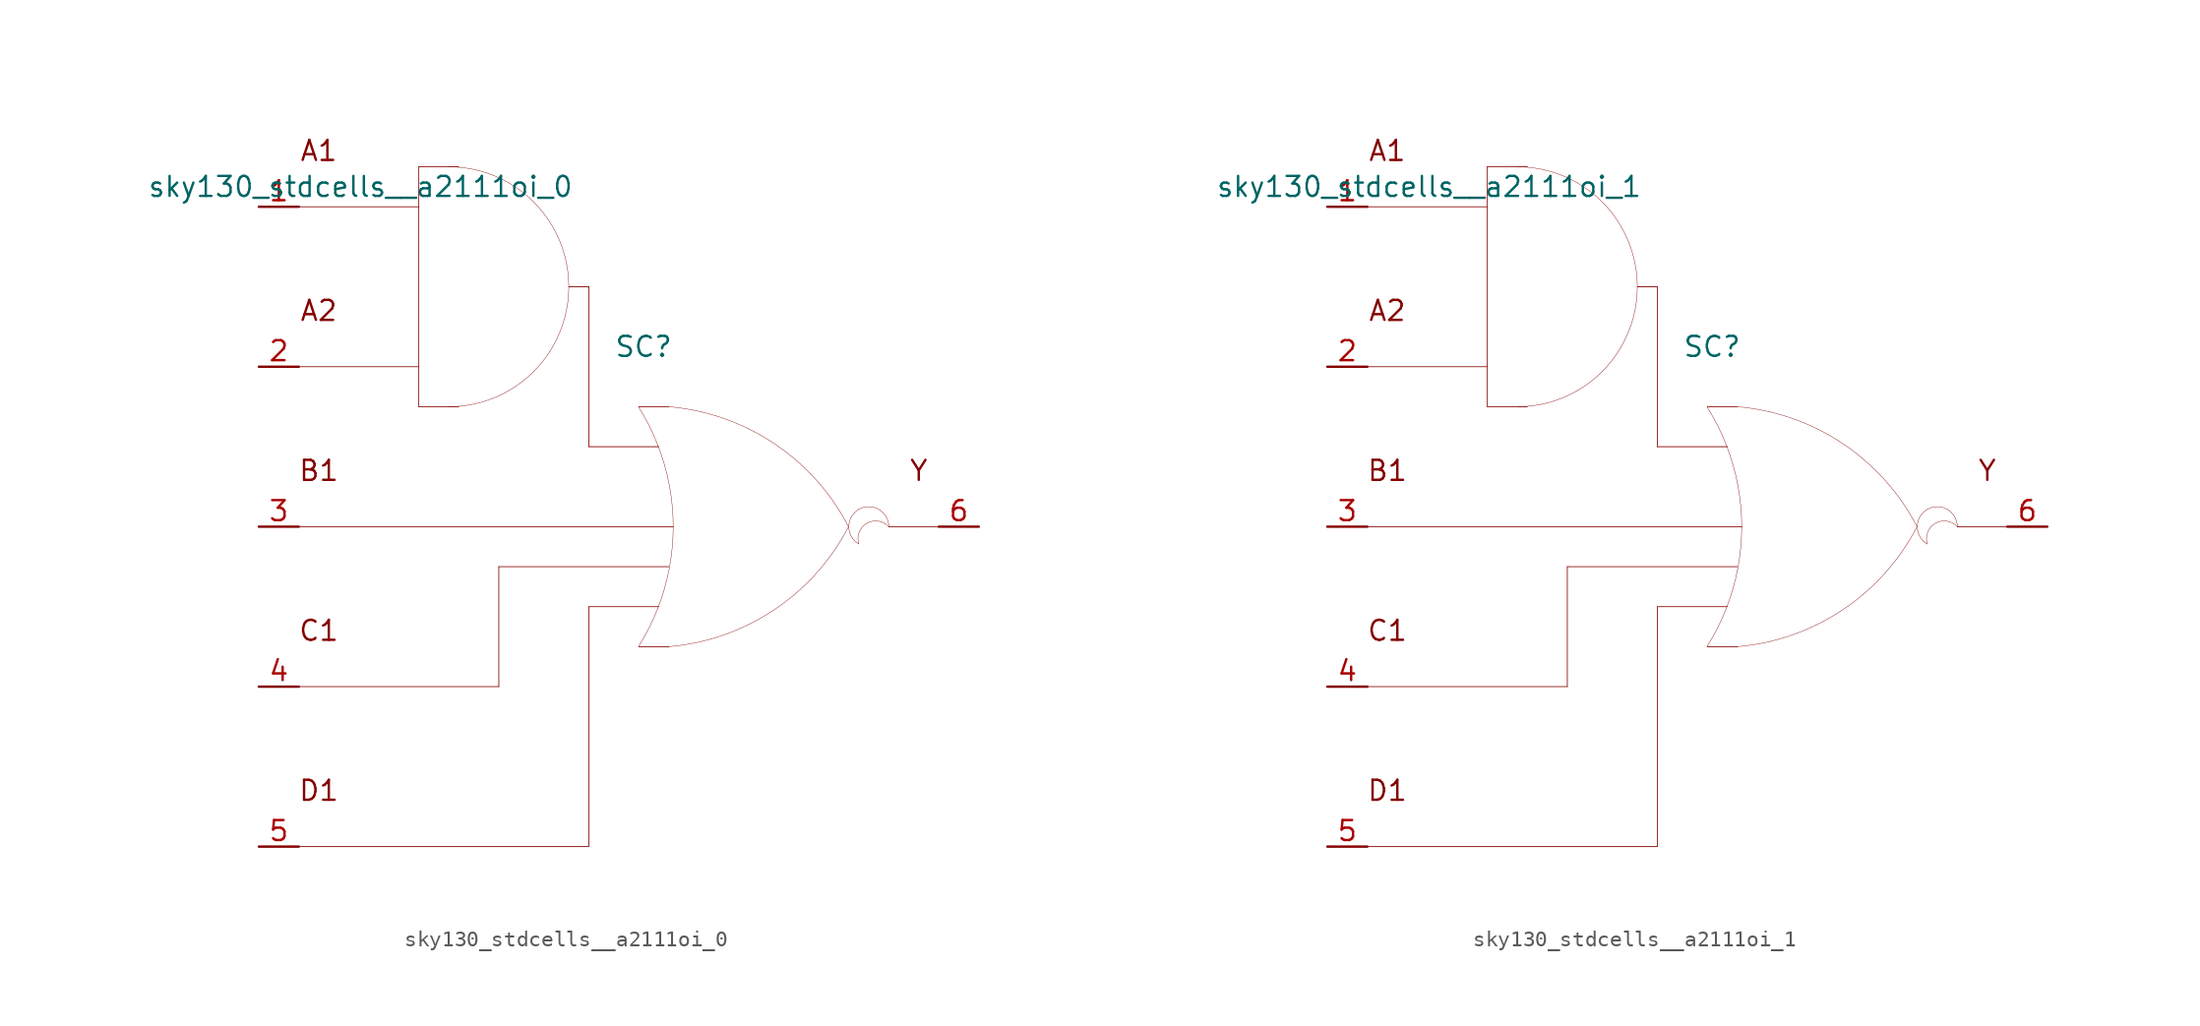
<source format=kicad_sym>
(kicad_symbol_lib
  (version 20211014)
  (generator kicad_symbol_editor)
  (symbol "sky130_stdcells__a2111oi_0"
    (pin_names hide)
    (property "Reference" "SC"
      (at 1.575 11.43 0)
      (effects (font (size 1.27 1.27))))
    (property "Value" "sky130_stdcells__a2111oi_0"
      (at -2.845 21.59 0)
      (effects (font (size 1.27 1.27)) (justify right)))
    (symbol "sky130_stdcells__a2111oi_0_0_0"
      (arc (start -10.795 7.62) (mid -8.8228 7.8796) (end -6.985 8.6409) (stroke (width 0.0254) (type default) (color 0 0 0 0)) (fill (type none)))
      (arc (start -6.985 8.6409) (mid -5.4069 9.8519) (end -4.1959 11.43) (stroke (width 0.0254) (type default) (color 0 0 0 0)) (fill (type none)))
      (arc (start -6.985 21.8391) (mid -8.8228 22.6003) (end -10.795 22.86) (stroke (width 0.0254) (type default) (color 0 0 0 0)) (fill (type none)))
      (arc (start -4.1959 11.43) (mid -3.4347 13.2678) (end -3.175 15.24) (stroke (width 0.0254) (type default) (color 0 0 0 0)) (fill (type none)))
      (arc (start -4.1959 19.05) (mid -5.4069 20.6281) (end -6.985 21.8391) (stroke (width 0.0254) (type default) (color 0 0 0 0)) (fill (type none)))
      (arc (start -3.175 15.24) (mid -3.4346 17.2122) (end -4.1959 19.05) (stroke (width 0.0254) (type default) (color 0 0 0 0)) (fill (type none)))
      (polyline (pts (xy -20.32 -20.32) (xy -1.905 -20.32)) (stroke (width 0.051) (type default) (color 0 0 0 0)) (fill (type none)))
      (polyline (pts (xy -20.32 -10.16) (xy -7.62 -10.16)) (stroke (width 0.051) (type default) (color 0 0 0 0)) (fill (type none)))
      (polyline (pts (xy -20.32 0) (xy 3.454 0)) (stroke (width 0.051) (type default) (color 0 0 0 0)) (fill (type none)))
      (polyline (pts (xy -20.32 10.16) (xy -12.7 10.16)) (stroke (width 0.051) (type default) (color 0 0 0 0)) (fill (type none)))
      (polyline (pts (xy -20.32 20.32) (xy -12.7 20.32)) (stroke (width 0.051) (type default) (color 0 0 0 0)) (fill (type none)))
      (polyline (pts (xy -12.7 7.62) (xy -10.16 7.62)) (stroke (width 0.051) (type default) (color 0 0 0 0)) (fill (type none)))
      (polyline (pts (xy -12.7 22.86) (xy -12.7 7.62)) (stroke (width 0.051) (type default) (color 0 0 0 0)) (fill (type none)))
      (polyline (pts (xy -12.7 22.86) (xy -10.16 22.86)) (stroke (width 0.051) (type default) (color 0 0 0 0)) (fill (type none)))
      (polyline (pts (xy -7.62 -2.54) (xy -7.62 -10.16)) (stroke (width 0.051) (type default) (color 0 0 0 0)) (fill (type none)))
      (polyline (pts (xy -7.62 -2.54) (xy 3.175 -2.54)) (stroke (width 0.051) (type default) (color 0 0 0 0)) (fill (type none)))
      (polyline (pts (xy -3.175 15.24) (xy -1.905 15.24)) (stroke (width 0.051) (type default) (color 0 0 0 0)) (fill (type none)))
      (polyline (pts (xy -1.905 -5.08) (xy -1.905 -20.32)) (stroke (width 0.051) (type default) (color 0 0 0 0)) (fill (type none)))
      (polyline (pts (xy -1.905 -5.08) (xy 2.54 -5.08)) (stroke (width 0.051) (type default) (color 0 0 0 0)) (fill (type none)))
      (polyline (pts (xy -1.905 5.08) (xy 2.54 5.08)) (stroke (width 0.051) (type default) (color 0 0 0 0)) (fill (type none)))
      (polyline (pts (xy -1.905 15.24) (xy -1.905 5.08)) (stroke (width 0.051) (type default) (color 0 0 0 0)) (fill (type none)))
      (polyline (pts (xy 1.27 -7.62) (xy 3.175 -7.62)) (stroke (width 0.051) (type default) (color 0 0 0 0)) (fill (type none)))
      (polyline (pts (xy 1.27 7.62) (xy 3.175 7.62)) (stroke (width 0.051) (type default) (color 0 0 0 0)) (fill (type none)))
      (polyline (pts (xy 17.145 0) (xy 20.32 0)) (stroke (width 0.051) (type default) (color 0 0 0 0)) (fill (type none)))
      (arc (start 1.2495 -7.6142) (mid 1.907 -6.458) (end 2.4538 -5.2456) (stroke (width 0.0254) (type default) (color 0 0 0 0)) (fill (type none)))
      (arc (start 2.4538 -5.2456) (mid 2.8887 -3.9755) (end 3.202 -2.6701) (stroke (width 0.0254) (type default) (color 0 0 0 0)) (fill (type none)))
      (arc (start 2.472 5.1993) (mid 1.9238 6.4248) (end 1.2627 7.5932) (stroke (width 0.0254) (type default) (color 0 0 0 0)) (fill (type none)))
      (arc (start 3.1446 -7.6231) (mid 9.8386 -5.2986) (end 14.5755 -0.0284) (stroke (width 0.0254) (type default) (color 0 0 0 0)) (fill (type none)))
      (arc (start 3.202 -2.6701) (mid 3.3912 -1.341) (end 3.4544 0) (stroke (width 0.0254) (type default) (color 0 0 0 0)) (fill (type none)))
      (arc (start 3.2066 2.6456) (mid 2.8989 3.9396) (end 2.472 5.1993) (stroke (width 0.0254) (type default) (color 0 0 0 0)) (fill (type none)))
      (arc (start 3.4544 0) (mid 3.3923 1.3286) (end 3.2066 2.6456) (stroke (width 0.0254) (type default) (color 0 0 0 0)) (fill (type none)))
      (arc (start 14.5983 -0.0156) (mid 9.8798 5.271) (end 3.194 7.6189) (stroke (width 0.0254) (type default) (color 0 0 0 0)) (fill (type none)))
      (arc (start 15.24 1.0999) (mid 14.605 0) (end 15.24 -1.0999) (stroke (width 0.0254) (type default) (color 0 0 0 0)) (fill (type none)))
      (arc (start 17.145 0) (mid 15.2881 0.4743) (end 15.24 -1.0999) (stroke (width 0.0254) (type default) (color 0 0 0 0)) (fill (type none)))
      (arc (start 17.145 0) (mid 16.51 1.0998) (end 15.24 1.0999) (stroke (width 0.0254) (type default) (color 0 0 0 0)) (fill (type none)))
      (text "A1" (at -19.05 23.876 0) (effects (font (size 1.27 1.27))))
      (text "A2" (at -19.05 13.716 0) (effects (font (size 1.27 1.27))))
      (text "B1" (at -19.05 3.556 0) (effects (font (size 1.27 1.27))))
      (text "C1" (at -19.05 -6.604 0) (effects (font (size 1.27 1.27))))
      (text "D1" (at -19.05 -16.764 0) (effects (font (size 1.27 1.27))))
      (text "Y" (at 19.05 3.556 0) (effects (font (size 1.27 1.27)))))
    (symbol "sky130_stdcells__a2111oi_0_1_1"
      (pin input line (at -22.86 20.32 0) (length 2.54) (name "A1" (effects (font (size 1.092 1.092)))) (number "1" (effects (font (size 1.27 1.27)))))
      (pin input line (at -22.86 10.16 0) (length 2.54) (name "A2" (effects (font (size 1.092 1.092)))) (number "2" (effects (font (size 1.27 1.27)))))
      (pin input line (at -22.86 0 0) (length 2.54) (name "B1" (effects (font (size 1.092 1.092)))) (number "3" (effects (font (size 1.27 1.27)))))
      (pin input line (at -22.86 -10.16 0) (length 2.54) (name "C1" (effects (font (size 1.092 1.092)))) (number "4" (effects (font (size 1.27 1.27)))))
      (pin input line (at -22.86 -20.32 0) (length 2.54) (name "D1" (effects (font (size 1.092 1.092)))) (number "5" (effects (font (size 1.27 1.27)))))
      (pin output line (at 22.86 0 180) (length 2.54) (name "Y" (effects (font (size 1.092 1.092)))) (number "6" (effects (font (size 1.27 1.27)))))))
  (symbol "sky130_stdcells__a2111oi_1"
    (pin_names hide)
    (property "Reference" "SC"
      (at 1.575 11.43 0)
      (effects (font (size 1.27 1.27))))
    (property "Value" "sky130_stdcells__a2111oi_1"
      (at -2.845 21.59 0)
      (effects (font (size 1.27 1.27)) (justify right)))
    (symbol "sky130_stdcells__a2111oi_1_0_0"
      (arc (start -10.795 7.62) (mid -8.8228 7.8796) (end -6.985 8.6409) (stroke (width 0.0254) (type default) (color 0 0 0 0)) (fill (type none)))
      (arc (start -6.985 8.6409) (mid -5.4069 9.8519) (end -4.1959 11.43) (stroke (width 0.0254) (type default) (color 0 0 0 0)) (fill (type none)))
      (arc (start -6.985 21.8391) (mid -8.8228 22.6003) (end -10.795 22.86) (stroke (width 0.0254) (type default) (color 0 0 0 0)) (fill (type none)))
      (arc (start -4.1959 11.43) (mid -3.4347 13.2678) (end -3.175 15.24) (stroke (width 0.0254) (type default) (color 0 0 0 0)) (fill (type none)))
      (arc (start -4.1959 19.05) (mid -5.4069 20.6281) (end -6.985 21.8391) (stroke (width 0.0254) (type default) (color 0 0 0 0)) (fill (type none)))
      (arc (start -3.175 15.24) (mid -3.4346 17.2122) (end -4.1959 19.05) (stroke (width 0.0254) (type default) (color 0 0 0 0)) (fill (type none)))
      (polyline (pts (xy -20.32 -20.32) (xy -1.905 -20.32)) (stroke (width 0.051) (type default) (color 0 0 0 0)) (fill (type none)))
      (polyline (pts (xy -20.32 -10.16) (xy -7.62 -10.16)) (stroke (width 0.051) (type default) (color 0 0 0 0)) (fill (type none)))
      (polyline (pts (xy -20.32 0) (xy 3.454 0)) (stroke (width 0.051) (type default) (color 0 0 0 0)) (fill (type none)))
      (polyline (pts (xy -20.32 10.16) (xy -12.7 10.16)) (stroke (width 0.051) (type default) (color 0 0 0 0)) (fill (type none)))
      (polyline (pts (xy -20.32 20.32) (xy -12.7 20.32)) (stroke (width 0.051) (type default) (color 0 0 0 0)) (fill (type none)))
      (polyline (pts (xy -12.7 7.62) (xy -10.16 7.62)) (stroke (width 0.051) (type default) (color 0 0 0 0)) (fill (type none)))
      (polyline (pts (xy -12.7 22.86) (xy -12.7 7.62)) (stroke (width 0.051) (type default) (color 0 0 0 0)) (fill (type none)))
      (polyline (pts (xy -12.7 22.86) (xy -10.16 22.86)) (stroke (width 0.051) (type default) (color 0 0 0 0)) (fill (type none)))
      (polyline (pts (xy -7.62 -2.54) (xy -7.62 -10.16)) (stroke (width 0.051) (type default) (color 0 0 0 0)) (fill (type none)))
      (polyline (pts (xy -7.62 -2.54) (xy 3.175 -2.54)) (stroke (width 0.051) (type default) (color 0 0 0 0)) (fill (type none)))
      (polyline (pts (xy -3.175 15.24) (xy -1.905 15.24)) (stroke (width 0.051) (type default) (color 0 0 0 0)) (fill (type none)))
      (polyline (pts (xy -1.905 -5.08) (xy -1.905 -20.32)) (stroke (width 0.051) (type default) (color 0 0 0 0)) (fill (type none)))
      (polyline (pts (xy -1.905 -5.08) (xy 2.54 -5.08)) (stroke (width 0.051) (type default) (color 0 0 0 0)) (fill (type none)))
      (polyline (pts (xy -1.905 5.08) (xy 2.54 5.08)) (stroke (width 0.051) (type default) (color 0 0 0 0)) (fill (type none)))
      (polyline (pts (xy -1.905 15.24) (xy -1.905 5.08)) (stroke (width 0.051) (type default) (color 0 0 0 0)) (fill (type none)))
      (polyline (pts (xy 1.27 -7.62) (xy 3.175 -7.62)) (stroke (width 0.051) (type default) (color 0 0 0 0)) (fill (type none)))
      (polyline (pts (xy 1.27 7.62) (xy 3.175 7.62)) (stroke (width 0.051) (type default) (color 0 0 0 0)) (fill (type none)))
      (polyline (pts (xy 17.145 0) (xy 20.32 0)) (stroke (width 0.051) (type default) (color 0 0 0 0)) (fill (type none)))
      (arc (start 1.2495 -7.6142) (mid 1.907 -6.458) (end 2.4538 -5.2456) (stroke (width 0.0254) (type default) (color 0 0 0 0)) (fill (type none)))
      (arc (start 2.4538 -5.2456) (mid 2.8887 -3.9755) (end 3.202 -2.6701) (stroke (width 0.0254) (type default) (color 0 0 0 0)) (fill (type none)))
      (arc (start 2.472 5.1993) (mid 1.9238 6.4248) (end 1.2627 7.5932) (stroke (width 0.0254) (type default) (color 0 0 0 0)) (fill (type none)))
      (arc (start 3.1446 -7.6231) (mid 9.8386 -5.2986) (end 14.5755 -0.0284) (stroke (width 0.0254) (type default) (color 0 0 0 0)) (fill (type none)))
      (arc (start 3.202 -2.6701) (mid 3.3912 -1.341) (end 3.4544 0) (stroke (width 0.0254) (type default) (color 0 0 0 0)) (fill (type none)))
      (arc (start 3.2066 2.6456) (mid 2.8989 3.9396) (end 2.472 5.1993) (stroke (width 0.0254) (type default) (color 0 0 0 0)) (fill (type none)))
      (arc (start 3.4544 0) (mid 3.3923 1.3286) (end 3.2066 2.6456) (stroke (width 0.0254) (type default) (color 0 0 0 0)) (fill (type none)))
      (arc (start 14.5983 -0.0156) (mid 9.8798 5.271) (end 3.194 7.6189) (stroke (width 0.0254) (type default) (color 0 0 0 0)) (fill (type none)))
      (arc (start 15.24 1.0999) (mid 14.605 0) (end 15.24 -1.0999) (stroke (width 0.0254) (type default) (color 0 0 0 0)) (fill (type none)))
      (arc (start 17.145 0) (mid 15.2881 0.4743) (end 15.24 -1.0999) (stroke (width 0.0254) (type default) (color 0 0 0 0)) (fill (type none)))
      (arc (start 17.145 0) (mid 16.51 1.0998) (end 15.24 1.0999) (stroke (width 0.0254) (type default) (color 0 0 0 0)) (fill (type none)))
      (text "A1" (at -19.05 23.876 0) (effects (font (size 1.27 1.27))))
      (text "A2" (at -19.05 13.716 0) (effects (font (size 1.27 1.27))))
      (text "B1" (at -19.05 3.556 0) (effects (font (size 1.27 1.27))))
      (text "C1" (at -19.05 -6.604 0) (effects (font (size 1.27 1.27))))
      (text "D1" (at -19.05 -16.764 0) (effects (font (size 1.27 1.27))))
      (text "Y" (at 19.05 3.556 0) (effects (font (size 1.27 1.27)))))
    (symbol "sky130_stdcells__a2111oi_1_1_1"
      (pin input line (at -22.86 20.32 0) (length 2.54) (name "A1" (effects (font (size 1.092 1.092)))) (number "1" (effects (font (size 1.27 1.27)))))
      (pin input line (at -22.86 10.16 0) (length 2.54) (name "A2" (effects (font (size 1.092 1.092)))) (number "2" (effects (font (size 1.27 1.27)))))
      (pin input line (at -22.86 0 0) (length 2.54) (name "B1" (effects (font (size 1.092 1.092)))) (number "3" (effects (font (size 1.27 1.27)))))
      (pin input line (at -22.86 -10.16 0) (length 2.54) (name "C1" (effects (font (size 1.092 1.092)))) (number "4" (effects (font (size 1.27 1.27)))))
      (pin input line (at -22.86 -20.32 0) (length 2.54) (name "D1" (effects (font (size 1.092 1.092)))) (number "5" (effects (font (size 1.27 1.27)))))
      (pin output line (at 22.86 0 180) (length 2.54) (name "Y" (effects (font (size 1.092 1.092)))) (number "6" (effects (font (size 1.27 1.27))))))))
</source>
